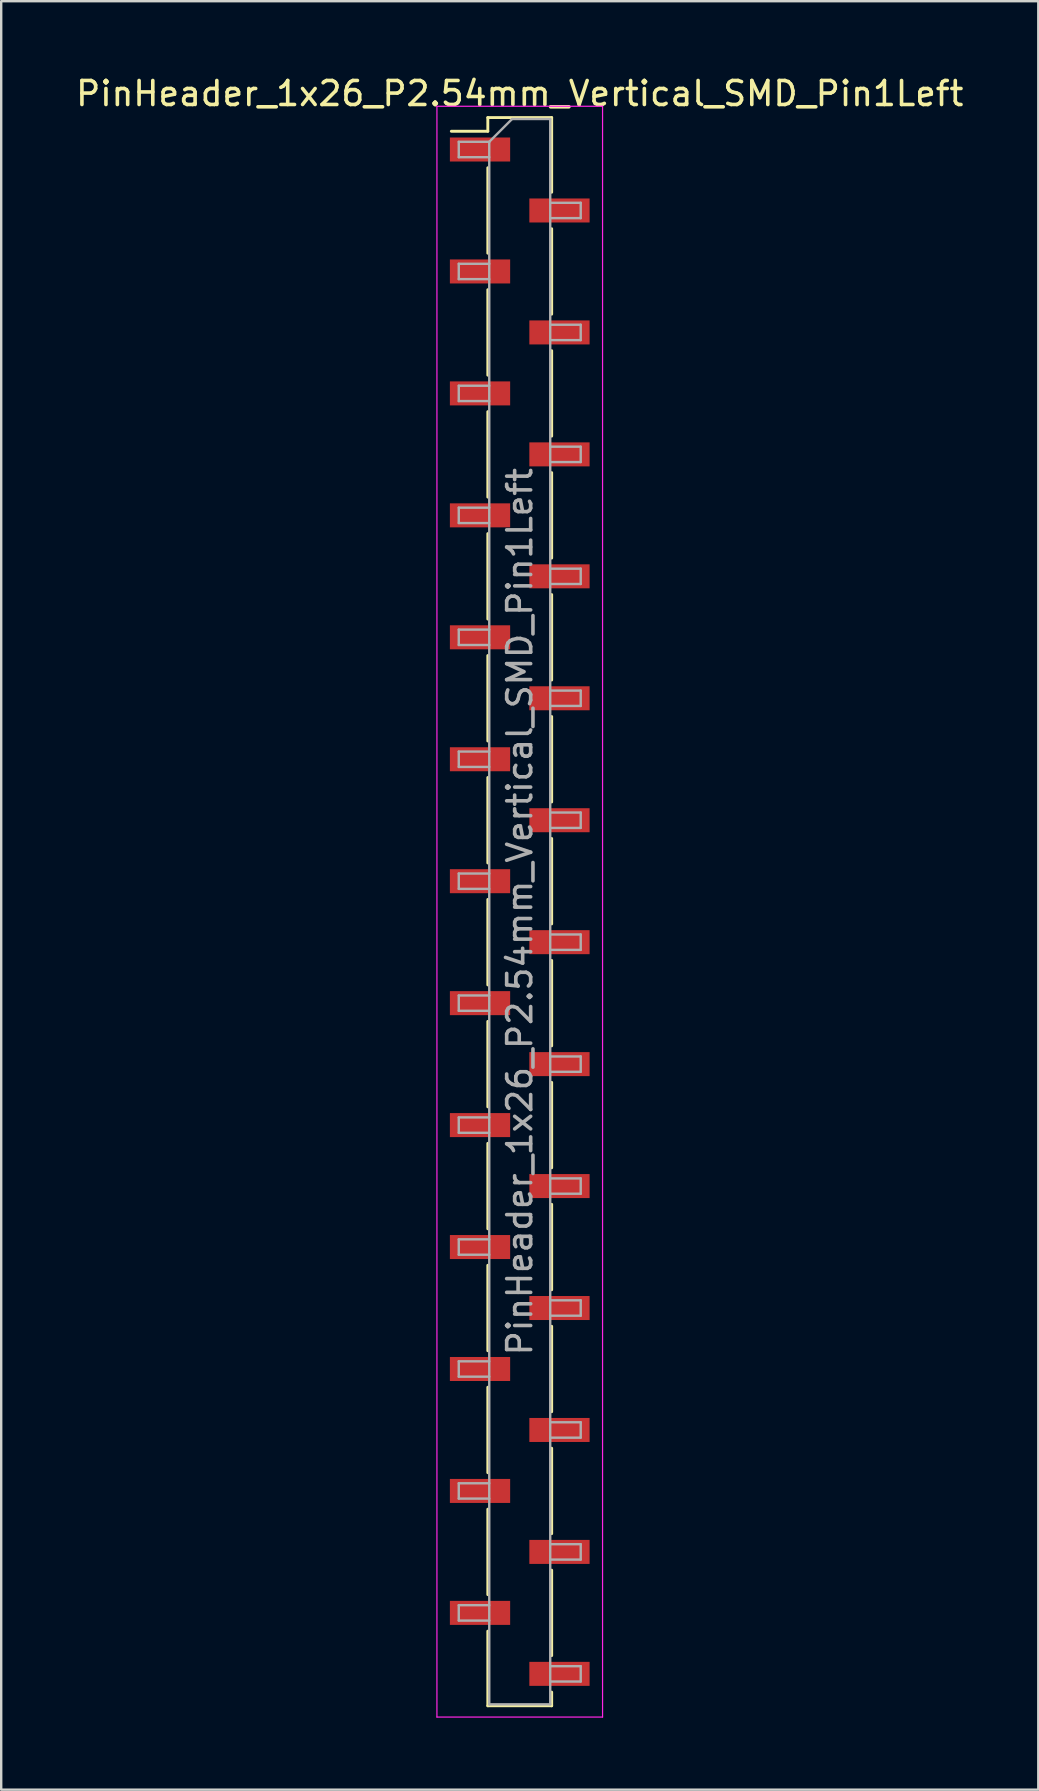
<source format=kicad_pcb>
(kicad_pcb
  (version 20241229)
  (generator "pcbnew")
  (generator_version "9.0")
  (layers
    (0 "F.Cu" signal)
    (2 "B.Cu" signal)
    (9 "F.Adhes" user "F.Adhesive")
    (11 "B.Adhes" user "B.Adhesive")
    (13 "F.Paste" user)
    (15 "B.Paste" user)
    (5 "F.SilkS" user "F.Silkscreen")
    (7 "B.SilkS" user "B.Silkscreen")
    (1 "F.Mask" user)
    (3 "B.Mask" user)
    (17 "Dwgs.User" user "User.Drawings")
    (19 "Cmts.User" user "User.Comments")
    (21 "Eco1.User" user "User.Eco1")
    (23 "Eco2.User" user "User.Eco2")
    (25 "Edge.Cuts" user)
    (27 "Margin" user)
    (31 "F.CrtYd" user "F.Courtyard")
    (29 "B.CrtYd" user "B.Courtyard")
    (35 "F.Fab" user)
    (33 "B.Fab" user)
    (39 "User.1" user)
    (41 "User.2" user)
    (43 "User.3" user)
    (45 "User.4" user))
  (footprint "PinHeader_1x26_P2.54mm_Vertical_SMD_Pin1Left"
    (layer "F.Cu")
    (at 18.601 34.928)
    (property "Reference" "PinHeader_1x26_P2.54mm_Vertical_SMD_Pin1Left" (at 0 -34.08 0) (layer "F.SilkS") (effects (font (size 1 1) (thickness 0.15))))
    (attr smd)
    (fp_line (start -1.33 -33.08) (end -1.33 -32.51) (stroke (width 0.12) (type solid)) (layer "F.SilkS"))
    (fp_line (start -1.33 -33.08) (end 1.33 -33.08) (stroke (width 0.12) (type solid)) (layer "F.SilkS"))
    (fp_line (start -1.33 -32.51) (end -2.85 -32.51) (stroke (width 0.12) (type solid)) (layer "F.SilkS"))
    (fp_line (start -1.33 -30.99) (end -1.33 -27.43) (stroke (width 0.12) (type solid)) (layer "F.SilkS"))
    (fp_line (start -1.33 -25.91) (end -1.33 -22.35) (stroke (width 0.12) (type solid)) (layer "F.SilkS"))
    (fp_line (start -1.33 -20.83) (end -1.33 -17.27) (stroke (width 0.12) (type solid)) (layer "F.SilkS"))
    (fp_line (start -1.33 -15.75) (end -1.33 -12.19) (stroke (width 0.12) (type solid)) (layer "F.SilkS"))
    (fp_line (start -1.33 -10.67) (end -1.33 -7.11) (stroke (width 0.12) (type solid)) (layer "F.SilkS"))
    (fp_line (start -1.33 -5.59) (end -1.33 -2.03) (stroke (width 0.12) (type solid)) (layer "F.SilkS"))
    (fp_line (start -1.33 -0.51) (end -1.33 3.05) (stroke (width 0.12) (type solid)) (layer "F.SilkS"))
    (fp_line (start -1.33 4.57) (end -1.33 8.13) (stroke (width 0.12) (type solid)) (layer "F.SilkS"))
    (fp_line (start -1.33 9.65) (end -1.33 13.21) (stroke (width 0.12) (type solid)) (layer "F.SilkS"))
    (fp_line (start -1.33 14.73) (end -1.33 18.29) (stroke (width 0.12) (type solid)) (layer "F.SilkS"))
    (fp_line (start -1.33 19.81) (end -1.33 23.37) (stroke (width 0.12) (type solid)) (layer "F.SilkS"))
    (fp_line (start -1.33 24.89) (end -1.33 28.45) (stroke (width 0.12) (type solid)) (layer "F.SilkS"))
    (fp_line (start -1.33 29.97) (end -1.33 33.08) (stroke (width 0.12) (type solid)) (layer "F.SilkS"))
    (fp_line (start -1.33 33.08) (end 1.33 33.08) (stroke (width 0.12) (type solid)) (layer "F.SilkS"))
    (fp_line (start 1.33 -33.08) (end 1.33 -29.97) (stroke (width 0.12) (type solid)) (layer "F.SilkS"))
    (fp_line (start 1.33 -28.45) (end 1.33 -24.89) (stroke (width 0.12) (type solid)) (layer "F.SilkS"))
    (fp_line (start 1.33 -23.37) (end 1.33 -19.81) (stroke (width 0.12) (type solid)) (layer "F.SilkS"))
    (fp_line (start 1.33 -18.29) (end 1.33 -14.73) (stroke (width 0.12) (type solid)) (layer "F.SilkS"))
    (fp_line (start 1.33 -13.21) (end 1.33 -9.65) (stroke (width 0.12) (type solid)) (layer "F.SilkS"))
    (fp_line (start 1.33 -8.13) (end 1.33 -4.57) (stroke (width 0.12) (type solid)) (layer "F.SilkS"))
    (fp_line (start 1.33 -3.05) (end 1.33 0.51) (stroke (width 0.12) (type solid)) (layer "F.SilkS"))
    (fp_line (start 1.33 2.03) (end 1.33 5.59) (stroke (width 0.12) (type solid)) (layer "F.SilkS"))
    (fp_line (start 1.33 7.11) (end 1.33 10.67) (stroke (width 0.12) (type solid)) (layer "F.SilkS"))
    (fp_line (start 1.33 12.19) (end 1.33 15.75) (stroke (width 0.12) (type solid)) (layer "F.SilkS"))
    (fp_line (start 1.33 17.27) (end 1.33 20.83) (stroke (width 0.12) (type solid)) (layer "F.SilkS"))
    (fp_line (start 1.33 22.35) (end 1.33 25.91) (stroke (width 0.12) (type solid)) (layer "F.SilkS"))
    (fp_line (start 1.33 27.43) (end 1.33 30.99) (stroke (width 0.12) (type solid)) (layer "F.SilkS"))
    (fp_line (start 1.33 32.51) (end 1.33 33.08) (stroke (width 0.12) (type solid)) (layer "F.SilkS"))
    (fp_line (start -3.45 -33.55) (end -3.45 33.55) (stroke (width 0.05) (type solid)) (layer "F.CrtYd"))
    (fp_line (start -3.45 33.55) (end 3.45 33.55) (stroke (width 0.05) (type solid)) (layer "F.CrtYd"))
    (fp_line (start 3.45 -33.55) (end -3.45 -33.55) (stroke (width 0.05) (type solid)) (layer "F.CrtYd"))
    (fp_line (start 3.45 33.55) (end 3.45 -33.55) (stroke (width 0.05) (type solid)) (layer "F.CrtYd"))
    (fp_line (start -2.54 -32.07) (end -2.54 -31.43) (stroke (width 0.1) (type solid)) (layer "F.Fab"))
    (fp_line (start -2.54 -31.43) (end -1.27 -31.43) (stroke (width 0.1) (type solid)) (layer "F.Fab"))
    (fp_line (start -2.54 -26.99) (end -2.54 -26.35) (stroke (width 0.1) (type solid)) (layer "F.Fab"))
    (fp_line (start -2.54 -26.35) (end -1.27 -26.35) (stroke (width 0.1) (type solid)) (layer "F.Fab"))
    (fp_line (start -2.54 -21.91) (end -2.54 -21.27) (stroke (width 0.1) (type solid)) (layer "F.Fab"))
    (fp_line (start -2.54 -21.27) (end -1.27 -21.27) (stroke (width 0.1) (type solid)) (layer "F.Fab"))
    (fp_line (start -2.54 -16.83) (end -2.54 -16.19) (stroke (width 0.1) (type solid)) (layer "F.Fab"))
    (fp_line (start -2.54 -16.19) (end -1.27 -16.19) (stroke (width 0.1) (type solid)) (layer "F.Fab"))
    (fp_line (start -2.54 -11.75) (end -2.54 -11.11) (stroke (width 0.1) (type solid)) (layer "F.Fab"))
    (fp_line (start -2.54 -11.11) (end -1.27 -11.11) (stroke (width 0.1) (type solid)) (layer "F.Fab"))
    (fp_line (start -2.54 -6.67) (end -2.54 -6.03) (stroke (width 0.1) (type solid)) (layer "F.Fab"))
    (fp_line (start -2.54 -6.03) (end -1.27 -6.03) (stroke (width 0.1) (type solid)) (layer "F.Fab"))
    (fp_line (start -2.54 -1.59) (end -2.54 -0.95) (stroke (width 0.1) (type solid)) (layer "F.Fab"))
    (fp_line (start -2.54 -0.95) (end -1.27 -0.95) (stroke (width 0.1) (type solid)) (layer "F.Fab"))
    (fp_line (start -2.54 3.49) (end -2.54 4.13) (stroke (width 0.1) (type solid)) (layer "F.Fab"))
    (fp_line (start -2.54 4.13) (end -1.27 4.13) (stroke (width 0.1) (type solid)) (layer "F.Fab"))
    (fp_line (start -2.54 8.57) (end -2.54 9.21) (stroke (width 0.1) (type solid)) (layer "F.Fab"))
    (fp_line (start -2.54 9.21) (end -1.27 9.21) (stroke (width 0.1) (type solid)) (layer "F.Fab"))
    (fp_line (start -2.54 13.65) (end -2.54 14.29) (stroke (width 0.1) (type solid)) (layer "F.Fab"))
    (fp_line (start -2.54 14.29) (end -1.27 14.29) (stroke (width 0.1) (type solid)) (layer "F.Fab"))
    (fp_line (start -2.54 18.73) (end -2.54 19.37) (stroke (width 0.1) (type solid)) (layer "F.Fab"))
    (fp_line (start -2.54 19.37) (end -1.27 19.37) (stroke (width 0.1) (type solid)) (layer "F.Fab"))
    (fp_line (start -2.54 23.81) (end -2.54 24.45) (stroke (width 0.1) (type solid)) (layer "F.Fab"))
    (fp_line (start -2.54 24.45) (end -1.27 24.45) (stroke (width 0.1) (type solid)) (layer "F.Fab"))
    (fp_line (start -2.54 28.89) (end -2.54 29.53) (stroke (width 0.1) (type solid)) (layer "F.Fab"))
    (fp_line (start -2.54 29.53) (end -1.27 29.53) (stroke (width 0.1) (type solid)) (layer "F.Fab"))
    (fp_line (start -1.27 -32.07) (end -2.54 -32.07) (stroke (width 0.1) (type solid)) (layer "F.Fab"))
    (fp_line (start -1.27 -32.07) (end -0.32 -33.02) (stroke (width 0.1) (type solid)) (layer "F.Fab"))
    (fp_line (start -1.27 -26.99) (end -2.54 -26.99) (stroke (width 0.1) (type solid)) (layer "F.Fab"))
    (fp_line (start -1.27 -21.91) (end -2.54 -21.91) (stroke (width 0.1) (type solid)) (layer "F.Fab"))
    (fp_line (start -1.27 -16.83) (end -2.54 -16.83) (stroke (width 0.1) (type solid)) (layer "F.Fab"))
    (fp_line (start -1.27 -11.75) (end -2.54 -11.75) (stroke (width 0.1) (type solid)) (layer "F.Fab"))
    (fp_line (start -1.27 -6.67) (end -2.54 -6.67) (stroke (width 0.1) (type solid)) (layer "F.Fab"))
    (fp_line (start -1.27 -1.59) (end -2.54 -1.59) (stroke (width 0.1) (type solid)) (layer "F.Fab"))
    (fp_line (start -1.27 3.49) (end -2.54 3.49) (stroke (width 0.1) (type solid)) (layer "F.Fab"))
    (fp_line (start -1.27 8.57) (end -2.54 8.57) (stroke (width 0.1) (type solid)) (layer "F.Fab"))
    (fp_line (start -1.27 13.65) (end -2.54 13.65) (stroke (width 0.1) (type solid)) (layer "F.Fab"))
    (fp_line (start -1.27 18.73) (end -2.54 18.73) (stroke (width 0.1) (type solid)) (layer "F.Fab"))
    (fp_line (start -1.27 23.81) (end -2.54 23.81) (stroke (width 0.1) (type solid)) (layer "F.Fab"))
    (fp_line (start -1.27 28.89) (end -2.54 28.89) (stroke (width 0.1) (type solid)) (layer "F.Fab"))
    (fp_line (start -1.27 33.02) (end -1.27 -32.07) (stroke (width 0.1) (type solid)) (layer "F.Fab"))
    (fp_line (start -0.32 -33.02) (end 1.27 -33.02) (stroke (width 0.1) (type solid)) (layer "F.Fab"))
    (fp_line (start 1.27 -33.02) (end 1.27 33.02) (stroke (width 0.1) (type solid)) (layer "F.Fab"))
    (fp_line (start 1.27 -29.53) (end 2.54 -29.53) (stroke (width 0.1) (type solid)) (layer "F.Fab"))
    (fp_line (start 1.27 -24.45) (end 2.54 -24.45) (stroke (width 0.1) (type solid)) (layer "F.Fab"))
    (fp_line (start 1.27 -19.37) (end 2.54 -19.37) (stroke (width 0.1) (type solid)) (layer "F.Fab"))
    (fp_line (start 1.27 -14.29) (end 2.54 -14.29) (stroke (width 0.1) (type solid)) (layer "F.Fab"))
    (fp_line (start 1.27 -9.21) (end 2.54 -9.21) (stroke (width 0.1) (type solid)) (layer "F.Fab"))
    (fp_line (start 1.27 -4.13) (end 2.54 -4.13) (stroke (width 0.1) (type solid)) (layer "F.Fab"))
    (fp_line (start 1.27 0.95) (end 2.54 0.95) (stroke (width 0.1) (type solid)) (layer "F.Fab"))
    (fp_line (start 1.27 6.03) (end 2.54 6.03) (stroke (width 0.1) (type solid)) (layer "F.Fab"))
    (fp_line (start 1.27 11.11) (end 2.54 11.11) (stroke (width 0.1) (type solid)) (layer "F.Fab"))
    (fp_line (start 1.27 16.19) (end 2.54 16.19) (stroke (width 0.1) (type solid)) (layer "F.Fab"))
    (fp_line (start 1.27 21.27) (end 2.54 21.27) (stroke (width 0.1) (type solid)) (layer "F.Fab"))
    (fp_line (start 1.27 26.35) (end 2.54 26.35) (stroke (width 0.1) (type solid)) (layer "F.Fab"))
    (fp_line (start 1.27 31.43) (end 2.54 31.43) (stroke (width 0.1) (type solid)) (layer "F.Fab"))
    (fp_line (start 1.27 33.02) (end -1.27 33.02) (stroke (width 0.1) (type solid)) (layer "F.Fab"))
    (fp_line (start 2.54 -29.53) (end 2.54 -28.89) (stroke (width 0.1) (type solid)) (layer "F.Fab"))
    (fp_line (start 2.54 -28.89) (end 1.27 -28.89) (stroke (width 0.1) (type solid)) (layer "F.Fab"))
    (fp_line (start 2.54 -24.45) (end 2.54 -23.81) (stroke (width 0.1) (type solid)) (layer "F.Fab"))
    (fp_line (start 2.54 -23.81) (end 1.27 -23.81) (stroke (width 0.1) (type solid)) (layer "F.Fab"))
    (fp_line (start 2.54 -19.37) (end 2.54 -18.73) (stroke (width 0.1) (type solid)) (layer "F.Fab"))
    (fp_line (start 2.54 -18.73) (end 1.27 -18.73) (stroke (width 0.1) (type solid)) (layer "F.Fab"))
    (fp_line (start 2.54 -14.29) (end 2.54 -13.65) (stroke (width 0.1) (type solid)) (layer "F.Fab"))
    (fp_line (start 2.54 -13.65) (end 1.27 -13.65) (stroke (width 0.1) (type solid)) (layer "F.Fab"))
    (fp_line (start 2.54 -9.21) (end 2.54 -8.57) (stroke (width 0.1) (type solid)) (layer "F.Fab"))
    (fp_line (start 2.54 -8.57) (end 1.27 -8.57) (stroke (width 0.1) (type solid)) (layer "F.Fab"))
    (fp_line (start 2.54 -4.13) (end 2.54 -3.49) (stroke (width 0.1) (type solid)) (layer "F.Fab"))
    (fp_line (start 2.54 -3.49) (end 1.27 -3.49) (stroke (width 0.1) (type solid)) (layer "F.Fab"))
    (fp_line (start 2.54 0.95) (end 2.54 1.59) (stroke (width 0.1) (type solid)) (layer "F.Fab"))
    (fp_line (start 2.54 1.59) (end 1.27 1.59) (stroke (width 0.1) (type solid)) (layer "F.Fab"))
    (fp_line (start 2.54 6.03) (end 2.54 6.67) (stroke (width 0.1) (type solid)) (layer "F.Fab"))
    (fp_line (start 2.54 6.67) (end 1.27 6.67) (stroke (width 0.1) (type solid)) (layer "F.Fab"))
    (fp_line (start 2.54 11.11) (end 2.54 11.75) (stroke (width 0.1) (type solid)) (layer "F.Fab"))
    (fp_line (start 2.54 11.75) (end 1.27 11.75) (stroke (width 0.1) (type solid)) (layer "F.Fab"))
    (fp_line (start 2.54 16.19) (end 2.54 16.83) (stroke (width 0.1) (type solid)) (layer "F.Fab"))
    (fp_line (start 2.54 16.83) (end 1.27 16.83) (stroke (width 0.1) (type solid)) (layer "F.Fab"))
    (fp_line (start 2.54 21.27) (end 2.54 21.91) (stroke (width 0.1) (type solid)) (layer "F.Fab"))
    (fp_line (start 2.54 21.91) (end 1.27 21.91) (stroke (width 0.1) (type solid)) (layer "F.Fab"))
    (fp_line (start 2.54 26.35) (end 2.54 26.99) (stroke (width 0.1) (type solid)) (layer "F.Fab"))
    (fp_line (start 2.54 26.99) (end 1.27 26.99) (stroke (width 0.1) (type solid)) (layer "F.Fab"))
    (fp_line (start 2.54 31.43) (end 2.54 32.07) (stroke (width 0.1) (type solid)) (layer "F.Fab"))
    (fp_line (start 2.54 32.07) (end 1.27 32.07) (stroke (width 0.1) (type solid)) (layer "F.Fab"))
    (fp_text user "${REFERENCE}" (at 0 0 90) (layer "F.Fab") (effects (font (size 1 1) (thickness 0.15))))
    (pad "1" smd rect (at -1.655 -31.75) (size 2.51 1) (layers "F.Cu" "F.Mask" "F.Paste"))
    (pad "2" smd rect (at 1.655 -29.21) (size 2.51 1) (layers "F.Cu" "F.Mask" "F.Paste"))
    (pad "3" smd rect (at -1.655 -26.67) (size 2.51 1) (layers "F.Cu" "F.Mask" "F.Paste"))
    (pad "4" smd rect (at 1.655 -24.13) (size 2.51 1) (layers "F.Cu" "F.Mask" "F.Paste"))
    (pad "5" smd rect (at -1.655 -21.59) (size 2.51 1) (layers "F.Cu" "F.Mask" "F.Paste"))
    (pad "6" smd rect (at 1.655 -19.05) (size 2.51 1) (layers "F.Cu" "F.Mask" "F.Paste"))
    (pad "7" smd rect (at -1.655 -16.51) (size 2.51 1) (layers "F.Cu" "F.Mask" "F.Paste"))
    (pad "8" smd rect (at 1.655 -13.97) (size 2.51 1) (layers "F.Cu" "F.Mask" "F.Paste"))
    (pad "9" smd rect (at -1.655 -11.43) (size 2.51 1) (layers "F.Cu" "F.Mask" "F.Paste"))
    (pad "10" smd rect (at 1.655 -8.89) (size 2.51 1) (layers "F.Cu" "F.Mask" "F.Paste"))
    (pad "11" smd rect (at -1.655 -6.35) (size 2.51 1) (layers "F.Cu" "F.Mask" "F.Paste"))
    (pad "12" smd rect (at 1.655 -3.81) (size 2.51 1) (layers "F.Cu" "F.Mask" "F.Paste"))
    (pad "13" smd rect (at -1.655 -1.27) (size 2.51 1) (layers "F.Cu" "F.Mask" "F.Paste"))
    (pad "14" smd rect (at 1.655 1.27) (size 2.51 1) (layers "F.Cu" "F.Mask" "F.Paste"))
    (pad "15" smd rect (at -1.655 3.81) (size 2.51 1) (layers "F.Cu" "F.Mask" "F.Paste"))
    (pad "16" smd rect (at 1.655 6.35) (size 2.51 1) (layers "F.Cu" "F.Mask" "F.Paste"))
    (pad "17" smd rect (at -1.655 8.89) (size 2.51 1) (layers "F.Cu" "F.Mask" "F.Paste"))
    (pad "18" smd rect (at 1.655 11.43) (size 2.51 1) (layers "F.Cu" "F.Mask" "F.Paste"))
    (pad "19" smd rect (at -1.655 13.97) (size 2.51 1) (layers "F.Cu" "F.Mask" "F.Paste"))
    (pad "20" smd rect (at 1.655 16.51) (size 2.51 1) (layers "F.Cu" "F.Mask" "F.Paste"))
    (pad "21" smd rect (at -1.655 19.05) (size 2.51 1) (layers "F.Cu" "F.Mask" "F.Paste"))
    (pad "22" smd rect (at 1.655 21.59) (size 2.51 1) (layers "F.Cu" "F.Mask" "F.Paste"))
    (pad "23" smd rect (at -1.655 24.13) (size 2.51 1) (layers "F.Cu" "F.Mask" "F.Paste"))
    (pad "24" smd rect (at 1.655 26.67) (size 2.51 1) (layers "F.Cu" "F.Mask" "F.Paste"))
    (pad "25" smd rect (at -1.655 29.21) (size 2.51 1) (layers "F.Cu" "F.Mask" "F.Paste"))
    (pad "26" smd rect (at 1.655 31.75) (size 2.51 1) (layers "F.Cu" "F.Mask" "F.Paste")))
  (gr_rect
    (start -3 -3)
    (end 40.202 71.503)
    (stroke (width 0.1) (type default))
    (fill no)
    (layer "Edge.Cuts")))
</source>
